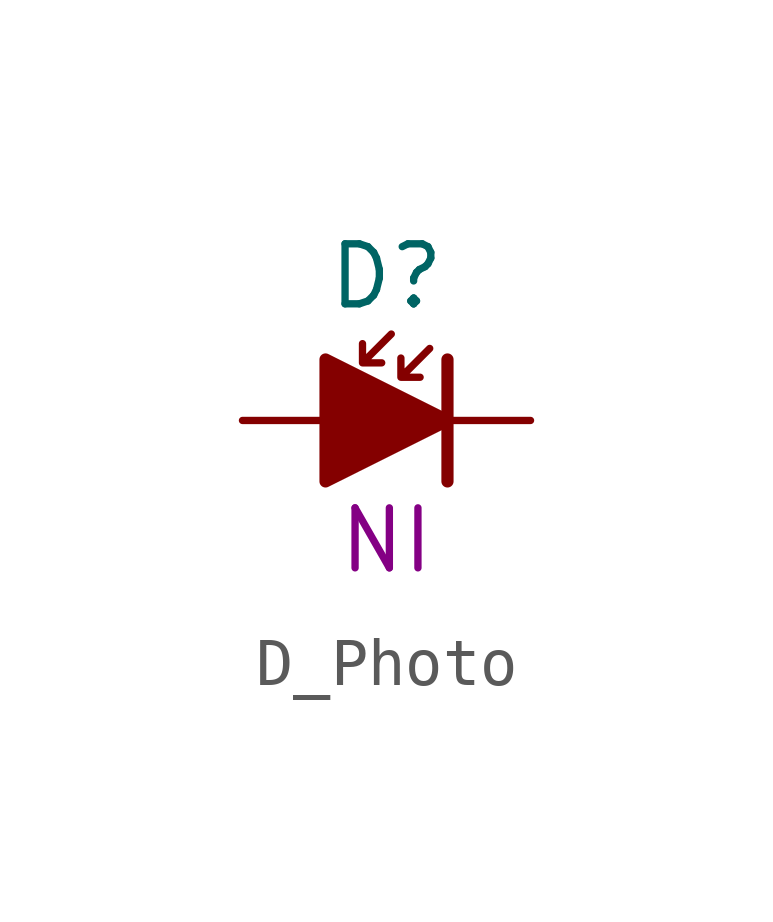
<source format=kicad_sym>
(kicad_symbol_lib
  (version 20241209)
  (generator "kicad_symbol_editor")
  (generator_version "9.0")
  (symbol "D_Photo"
    (pin_numbers
      (hide yes))
    (pin_names
      (offset 0)
      (hide yes))
    (property "Reference" "D"
      (at 3 3 0)
      (do_not_autoplace)
      (effects (font (size 1.25 1.25))))
    (property "Part#" "NI"
      (at 3 -2.5 0)
      (do_not_autoplace)
      (effects (font (size 1.25 1.25))))
    (symbol "D_Photo_0_1"
      (polyline (pts (xy 1.73 1.27) (xy 1.73 -1.27) (xy 4.27 0) (xy 1.73 1.27)) (stroke (width 0.254) (type default)) (fill (type outline)))
      (polyline (pts (xy 3.1 1.8) (xy 2.5 1.2) (xy 2.9 1.2) (xy 2.5 1.2) (xy 2.5 1.6)) (stroke (width 0) (type default)) (fill (type none)))
      (polyline (pts (xy 3.9 1.5) (xy 3.3 0.9) (xy 3.7 0.9) (xy 3.3 0.9) (xy 3.3 1.3)) (stroke (width 0) (type default)) (fill (type none)))
      (polyline (pts (xy 4.27 1.27) (xy 4.27 -1.27)) (stroke (width 0.254) (type default)) (fill (type none))))
    (symbol "D_Photo_1_1"
      (pin passive line (at 0 0 0) (length 2.54) (name "A" (effects (font (size 1.25 1.25)))) (number "A" (effects (font (size 1.25 1.25)))))
      (pin passive line (at 6 0 180) (length 2.54) (name "K" (effects (font (size 1.25 1.25)))) (number "K" (effects (font (size 1.25 1.25))))))))
</source>
